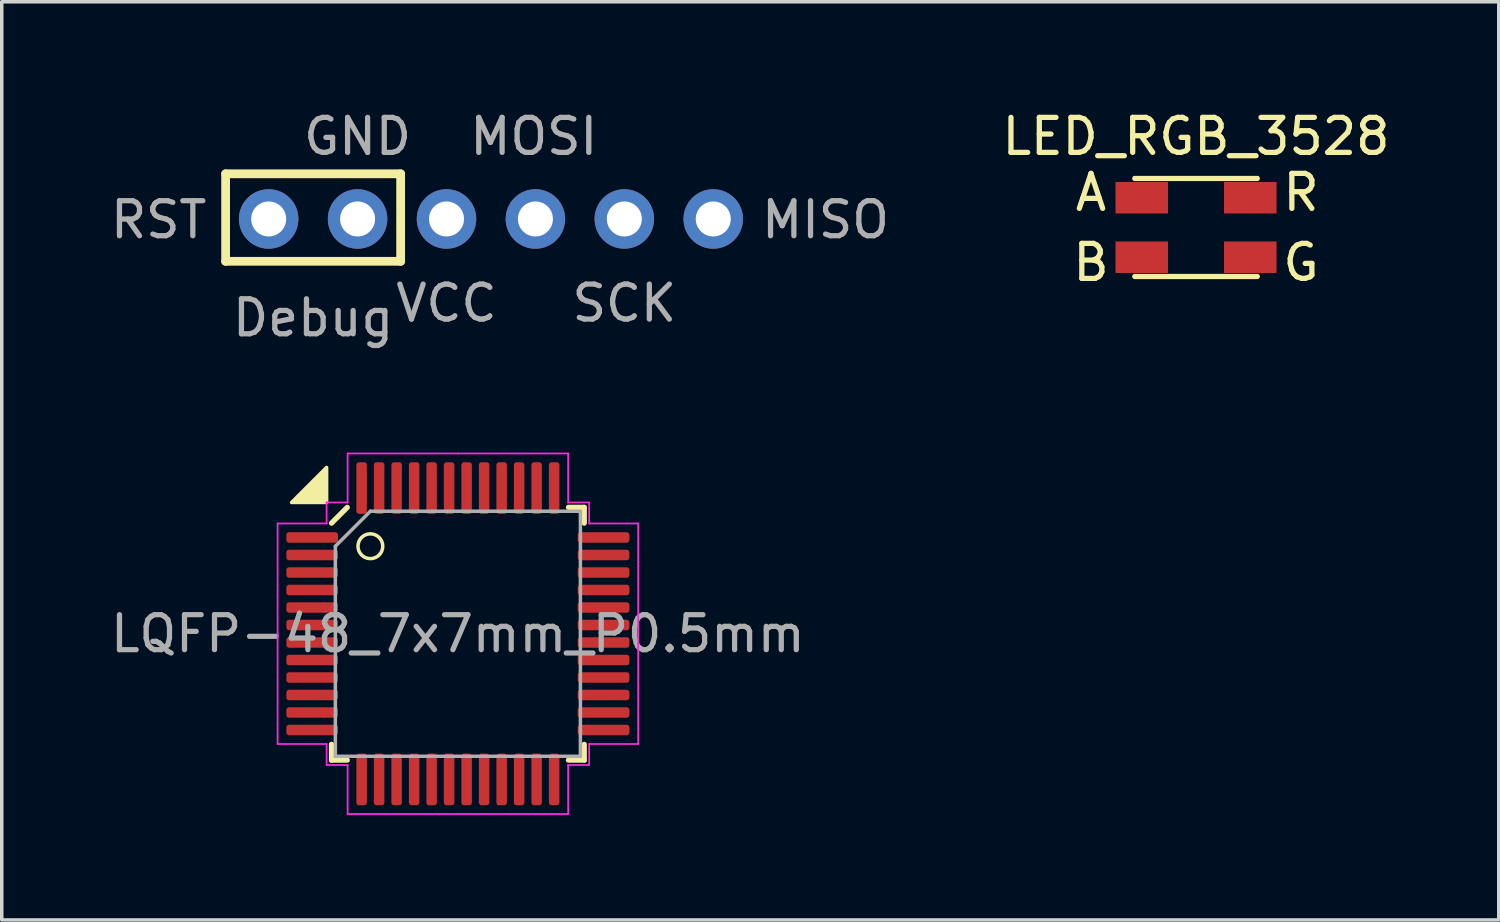
<source format=kicad_pcb>
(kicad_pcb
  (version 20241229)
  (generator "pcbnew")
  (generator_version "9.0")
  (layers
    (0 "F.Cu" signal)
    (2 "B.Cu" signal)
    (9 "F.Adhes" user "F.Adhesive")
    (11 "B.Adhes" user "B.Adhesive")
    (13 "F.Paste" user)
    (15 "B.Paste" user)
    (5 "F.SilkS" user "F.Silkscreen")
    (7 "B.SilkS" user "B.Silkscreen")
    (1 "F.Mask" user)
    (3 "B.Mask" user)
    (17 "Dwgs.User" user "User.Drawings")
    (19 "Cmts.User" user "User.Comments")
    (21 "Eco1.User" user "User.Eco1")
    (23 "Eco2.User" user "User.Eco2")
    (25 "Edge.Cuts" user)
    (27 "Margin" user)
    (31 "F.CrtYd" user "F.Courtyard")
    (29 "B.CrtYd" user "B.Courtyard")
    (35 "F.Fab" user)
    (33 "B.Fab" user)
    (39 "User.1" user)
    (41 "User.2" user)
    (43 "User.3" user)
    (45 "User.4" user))
  (footprint "Debug"
    (layer "F.Cu")
    (at 10.975 3.205)
    (property "Reference" "Debug" (at -5.08 2.825 0) (layer "F.Fab") (effects (font (size 1 1) (thickness 0.15))))
    (attr exclude_from_pos_files exclude_from_bom)
    (fp_line (start -7.58 -1.29) (end -2.58 -1.29) (stroke (width 0.25) (type solid)) (layer "F.SilkS"))
    (fp_line (start -7.58 1.21) (end -7.58 -1.29) (stroke (width 0.25) (type solid)) (layer "F.SilkS"))
    (fp_line (start -2.58 -1.29) (end -2.58 1.21) (stroke (width 0.25) (type solid)) (layer "F.SilkS"))
    (fp_line (start -2.58 1.21) (end -7.58 1.21) (stroke (width 0.25) (type solid)) (layer "F.SilkS"))
    (fp_text user "RST" (at -9.493 0.024 0) (layer "F.Fab") (effects (font (size 1 1) (thickness 0.15))))
    (fp_text user "MISO" (at 9.558 0.024 180) (layer "F.Fab") (effects (font (size 1 1) (thickness 0.15))))
    (fp_text user "GND" (at -3.81 -2.357 0) (layer "F.Fab") (effects (font (size 1 1) (thickness 0.15))))
    (fp_text user "MOSI" (at 1.223 -2.357 0) (layer "F.Fab") (effects (font (size 1 1) (thickness 0.15))))
    (fp_text user "SCK" (at 3.81 2.405 180) (layer "F.Fab") (effects (font (size 1 1) (thickness 0.15))))
    (fp_text user "VCC" (at -1.27 2.405 180) (layer "F.Fab") (effects (font (size 1 1) (thickness 0.15))))
    (pad "1" thru_hole circle (at 6.35 0 90) (size 1.7 1.7) (drill 1) (layers "*.Cu" "*.Mask"))
    (pad "2" thru_hole circle (at 3.81 0 270) (size 1.7 1.7) (drill 1) (layers "*.Cu" "*.Mask"))
    (pad "3" thru_hole circle (at 1.27 0 90) (size 1.7 1.7) (drill 1) (layers "*.Cu" "*.Mask"))
    (pad "4" thru_hole circle (at -1.27 0) (size 1.7 1.7) (drill 1) (layers "*.Cu" "*.Mask"))
    (pad "5" thru_hole circle (at -6.35 0) (size 1.7 1.7) (drill 1) (layers "*.Cu" "*.Mask"))
    (pad "6" thru_hole circle (at -3.81 0) (size 1.7 1.7) (drill 1) (layers "*.Cu" "*.Mask")))
  (footprint "LQFP-48_7x7mm_P0.5mm"
    (layer "F.Cu")
    (at 10.03 15.054)
    (property "Reference" "LQFP-48_7x7mm_P0.5mm" (at 0 0 0) (layer "F.Fab") (effects (font (size 1 1) (thickness 0.15))))
    (attr smd)
    (fp_line (start -3.61 -3.16) (end -3.16 -3.61) (stroke (width 0.15) (type solid)) (layer "F.SilkS"))
    (fp_line (start -3.61 3.61) (end -3.61 3.16) (stroke (width 0.15) (type solid)) (layer "F.SilkS"))
    (fp_line (start -3.16 3.61) (end -3.61 3.61) (stroke (width 0.15) (type solid)) (layer "F.SilkS"))
    (fp_line (start 3.16 -3.61) (end 3.61 -3.61) (stroke (width 0.15) (type solid)) (layer "F.SilkS"))
    (fp_line (start 3.16 3.61) (end 3.61 3.61) (stroke (width 0.15) (type solid)) (layer "F.SilkS"))
    (fp_line (start 3.61 -3.61) (end 3.61 -3.16) (stroke (width 0.15) (type solid)) (layer "F.SilkS"))
    (fp_line (start 3.61 3.61) (end 3.61 3.16) (stroke (width 0.15) (type solid)) (layer "F.SilkS"))
    (fp_circle (center -2.5 -2.5) (end -2.146 -2.5) (stroke (width 0.1) (type solid)) (fill no) (layer "F.SilkS"))
    (fp_poly (pts (xy -3.75 -3.75) (xy -3.75 -4.75) (xy -4.75 -3.75)) (stroke (width 0.1) (type solid)) (fill yes) (layer "F.SilkS"))
    (fp_line (start -5.15 -3.15) (end -5.15 0) (stroke (width 0.05) (type solid)) (layer "F.CrtYd"))
    (fp_line (start -5.15 3.15) (end -5.15 0) (stroke (width 0.05) (type solid)) (layer "F.CrtYd"))
    (fp_line (start -3.75 -3.75) (end -3.75 -3.15) (stroke (width 0.05) (type solid)) (layer "F.CrtYd"))
    (fp_line (start -3.75 -3.15) (end -5.15 -3.15) (stroke (width 0.05) (type solid)) (layer "F.CrtYd"))
    (fp_line (start -3.75 3.15) (end -5.15 3.15) (stroke (width 0.05) (type solid)) (layer "F.CrtYd"))
    (fp_line (start -3.75 3.75) (end -3.75 3.15) (stroke (width 0.05) (type solid)) (layer "F.CrtYd"))
    (fp_line (start -3.15 -5.15) (end -3.15 -3.75) (stroke (width 0.05) (type solid)) (layer "F.CrtYd"))
    (fp_line (start -3.15 -3.75) (end -3.75 -3.75) (stroke (width 0.05) (type solid)) (layer "F.CrtYd"))
    (fp_line (start -3.15 3.75) (end -3.75 3.75) (stroke (width 0.05) (type solid)) (layer "F.CrtYd"))
    (fp_line (start -3.15 5.15) (end -3.15 3.75) (stroke (width 0.05) (type solid)) (layer "F.CrtYd"))
    (fp_line (start 0 -5.15) (end -3.15 -5.15) (stroke (width 0.05) (type solid)) (layer "F.CrtYd"))
    (fp_line (start 0 -5.15) (end 3.15 -5.15) (stroke (width 0.05) (type solid)) (layer "F.CrtYd"))
    (fp_line (start 0 5.15) (end -3.15 5.15) (stroke (width 0.05) (type solid)) (layer "F.CrtYd"))
    (fp_line (start 0 5.15) (end 3.15 5.15) (stroke (width 0.05) (type solid)) (layer "F.CrtYd"))
    (fp_line (start 3.15 -5.15) (end 3.15 -3.75) (stroke (width 0.05) (type solid)) (layer "F.CrtYd"))
    (fp_line (start 3.15 -3.75) (end 3.75 -3.75) (stroke (width 0.05) (type solid)) (layer "F.CrtYd"))
    (fp_line (start 3.15 3.75) (end 3.75 3.75) (stroke (width 0.05) (type solid)) (layer "F.CrtYd"))
    (fp_line (start 3.15 5.15) (end 3.15 3.75) (stroke (width 0.05) (type solid)) (layer "F.CrtYd"))
    (fp_line (start 3.75 -3.75) (end 3.75 -3.15) (stroke (width 0.05) (type solid)) (layer "F.CrtYd"))
    (fp_line (start 3.75 -3.15) (end 5.15 -3.15) (stroke (width 0.05) (type solid)) (layer "F.CrtYd"))
    (fp_line (start 3.75 3.15) (end 5.15 3.15) (stroke (width 0.05) (type solid)) (layer "F.CrtYd"))
    (fp_line (start 3.75 3.75) (end 3.75 3.15) (stroke (width 0.05) (type solid)) (layer "F.CrtYd"))
    (fp_line (start 5.15 -3.15) (end 5.15 0) (stroke (width 0.05) (type solid)) (layer "F.CrtYd"))
    (fp_line (start 5.15 3.15) (end 5.15 0) (stroke (width 0.05) (type solid)) (layer "F.CrtYd"))
    (fp_line (start -3.5 -2.5) (end -2.5 -3.5) (stroke (width 0.1) (type solid)) (layer "F.Fab"))
    (fp_line (start -3.5 3.5) (end -3.5 -2.5) (stroke (width 0.1) (type solid)) (layer "F.Fab"))
    (fp_line (start -2.5 -3.5) (end 3.5 -3.5) (stroke (width 0.1) (type solid)) (layer "F.Fab"))
    (fp_line (start 3.5 -3.5) (end 3.5 3.5) (stroke (width 0.1) (type solid)) (layer "F.Fab"))
    (fp_line (start 3.5 3.5) (end -3.5 3.5) (stroke (width 0.1) (type solid)) (layer "F.Fab"))
    (pad "1" smd roundrect (at -4.162 -2.75) (size 1.475 0.3) (layers "F.Cu" "F.Mask" "F.Paste") (roundrect_rratio 0.25))
    (pad "2" smd roundrect (at -4.162 -2.25) (size 1.475 0.3) (layers "F.Cu" "F.Mask" "F.Paste") (roundrect_rratio 0.25))
    (pad "3" smd roundrect (at -4.162 -1.75) (size 1.475 0.3) (layers "F.Cu" "F.Mask" "F.Paste") (roundrect_rratio 0.25))
    (pad "4" smd roundrect (at -4.162 -1.25) (size 1.475 0.3) (layers "F.Cu" "F.Mask" "F.Paste") (roundrect_rratio 0.25))
    (pad "5" smd roundrect (at -4.162 -0.75) (size 1.475 0.3) (layers "F.Cu" "F.Mask" "F.Paste") (roundrect_rratio 0.25))
    (pad "6" smd roundrect (at -4.162 -0.25) (size 1.475 0.3) (layers "F.Cu" "F.Mask" "F.Paste") (roundrect_rratio 0.25))
    (pad "7" smd roundrect (at -4.162 0.25) (size 1.475 0.3) (layers "F.Cu" "F.Mask" "F.Paste") (roundrect_rratio 0.25))
    (pad "8" smd roundrect (at -4.162 0.75) (size 1.475 0.3) (layers "F.Cu" "F.Mask" "F.Paste") (roundrect_rratio 0.25))
    (pad "9" smd roundrect (at -4.162 1.25) (size 1.475 0.3) (layers "F.Cu" "F.Mask" "F.Paste") (roundrect_rratio 0.25))
    (pad "10" smd roundrect (at -4.162 1.75) (size 1.475 0.3) (layers "F.Cu" "F.Mask" "F.Paste") (roundrect_rratio 0.25))
    (pad "11" smd roundrect (at -4.162 2.25) (size 1.475 0.3) (layers "F.Cu" "F.Mask" "F.Paste") (roundrect_rratio 0.25))
    (pad "12" smd roundrect (at -4.162 2.75) (size 1.475 0.3) (layers "F.Cu" "F.Mask" "F.Paste") (roundrect_rratio 0.25))
    (pad "13" smd roundrect (at -2.75 4.162) (size 0.3 1.475) (layers "F.Cu" "F.Mask" "F.Paste") (roundrect_rratio 0.25))
    (pad "14" smd roundrect (at -2.25 4.162) (size 0.3 1.475) (layers "F.Cu" "F.Mask" "F.Paste") (roundrect_rratio 0.25))
    (pad "15" smd roundrect (at -1.75 4.162) (size 0.3 1.475) (layers "F.Cu" "F.Mask" "F.Paste") (roundrect_rratio 0.25))
    (pad "16" smd roundrect (at -1.25 4.162) (size 0.3 1.475) (layers "F.Cu" "F.Mask" "F.Paste") (roundrect_rratio 0.25))
    (pad "17" smd roundrect (at -0.75 4.162) (size 0.3 1.475) (layers "F.Cu" "F.Mask" "F.Paste") (roundrect_rratio 0.25))
    (pad "18" smd roundrect (at -0.25 4.162) (size 0.3 1.475) (layers "F.Cu" "F.Mask" "F.Paste") (roundrect_rratio 0.25))
    (pad "19" smd roundrect (at 0.25 4.162) (size 0.3 1.475) (layers "F.Cu" "F.Mask" "F.Paste") (roundrect_rratio 0.25))
    (pad "20" smd roundrect (at 0.75 4.162) (size 0.3 1.475) (layers "F.Cu" "F.Mask" "F.Paste") (roundrect_rratio 0.25))
    (pad "21" smd roundrect (at 1.25 4.162) (size 0.3 1.475) (layers "F.Cu" "F.Mask" "F.Paste") (roundrect_rratio 0.25))
    (pad "22" smd roundrect (at 1.75 4.162) (size 0.3 1.475) (layers "F.Cu" "F.Mask" "F.Paste") (roundrect_rratio 0.25))
    (pad "23" smd roundrect (at 2.25 4.162) (size 0.3 1.475) (layers "F.Cu" "F.Mask" "F.Paste") (roundrect_rratio 0.25))
    (pad "24" smd roundrect (at 2.75 4.162) (size 0.3 1.475) (layers "F.Cu" "F.Mask" "F.Paste") (roundrect_rratio 0.25))
    (pad "25" smd roundrect (at 4.162 2.75) (size 1.475 0.3) (layers "F.Cu" "F.Mask" "F.Paste") (roundrect_rratio 0.25))
    (pad "26" smd roundrect (at 4.162 2.25) (size 1.475 0.3) (layers "F.Cu" "F.Mask" "F.Paste") (roundrect_rratio 0.25))
    (pad "27" smd roundrect (at 4.162 1.75) (size 1.475 0.3) (layers "F.Cu" "F.Mask" "F.Paste") (roundrect_rratio 0.25))
    (pad "28" smd roundrect (at 4.162 1.25) (size 1.475 0.3) (layers "F.Cu" "F.Mask" "F.Paste") (roundrect_rratio 0.25))
    (pad "29" smd roundrect (at 4.162 0.75) (size 1.475 0.3) (layers "F.Cu" "F.Mask" "F.Paste") (roundrect_rratio 0.25))
    (pad "30" smd roundrect (at 4.162 0.25) (size 1.475 0.3) (layers "F.Cu" "F.Mask" "F.Paste") (roundrect_rratio 0.25))
    (pad "31" smd roundrect (at 4.162 -0.25) (size 1.475 0.3) (layers "F.Cu" "F.Mask" "F.Paste") (roundrect_rratio 0.25))
    (pad "32" smd roundrect (at 4.162 -0.75) (size 1.475 0.3) (layers "F.Cu" "F.Mask" "F.Paste") (roundrect_rratio 0.25))
    (pad "33" smd roundrect (at 4.162 -1.25) (size 1.475 0.3) (layers "F.Cu" "F.Mask" "F.Paste") (roundrect_rratio 0.25))
    (pad "34" smd roundrect (at 4.162 -1.75) (size 1.475 0.3) (layers "F.Cu" "F.Mask" "F.Paste") (roundrect_rratio 0.25))
    (pad "35" smd roundrect (at 4.162 -2.25) (size 1.475 0.3) (layers "F.Cu" "F.Mask" "F.Paste") (roundrect_rratio 0.25))
    (pad "36" smd roundrect (at 4.162 -2.75) (size 1.475 0.3) (layers "F.Cu" "F.Mask" "F.Paste") (roundrect_rratio 0.25))
    (pad "37" smd roundrect (at 2.75 -4.162) (size 0.3 1.475) (layers "F.Cu" "F.Mask" "F.Paste") (roundrect_rratio 0.25))
    (pad "38" smd roundrect (at 2.25 -4.162) (size 0.3 1.475) (layers "F.Cu" "F.Mask" "F.Paste") (roundrect_rratio 0.25))
    (pad "39" smd roundrect (at 1.75 -4.162) (size 0.3 1.475) (layers "F.Cu" "F.Mask" "F.Paste") (roundrect_rratio 0.25))
    (pad "40" smd roundrect (at 1.25 -4.162) (size 0.3 1.475) (layers "F.Cu" "F.Mask" "F.Paste") (roundrect_rratio 0.25))
    (pad "41" smd roundrect (at 0.75 -4.162) (size 0.3 1.475) (layers "F.Cu" "F.Mask" "F.Paste") (roundrect_rratio 0.25))
    (pad "42" smd roundrect (at 0.25 -4.162) (size 0.3 1.475) (layers "F.Cu" "F.Mask" "F.Paste") (roundrect_rratio 0.25))
    (pad "43" smd roundrect (at -0.25 -4.162) (size 0.3 1.475) (layers "F.Cu" "F.Mask" "F.Paste") (roundrect_rratio 0.25))
    (pad "44" smd roundrect (at -0.75 -4.162) (size 0.3 1.475) (layers "F.Cu" "F.Mask" "F.Paste") (roundrect_rratio 0.25))
    (pad "45" smd roundrect (at -1.25 -4.162) (size 0.3 1.475) (layers "F.Cu" "F.Mask" "F.Paste") (roundrect_rratio 0.25))
    (pad "46" smd roundrect (at -1.75 -4.162) (size 0.3 1.475) (layers "F.Cu" "F.Mask" "F.Paste") (roundrect_rratio 0.25))
    (pad "47" smd roundrect (at -2.25 -4.162) (size 0.3 1.475) (layers "F.Cu" "F.Mask" "F.Paste") (roundrect_rratio 0.25))
    (pad "48" smd roundrect (at -2.75 -4.162) (size 0.3 1.475) (layers "F.Cu" "F.Mask" "F.Paste") (roundrect_rratio 0.25)))
  (footprint "LED_RGB_3528"
    (layer "F.Cu")
    (at 31.116 3.448)
    (property "Reference" "LED_RGB_3528" (at 0 -2.6 0) (layer "F.SilkS") (effects (font (size 1 1) (thickness 0.15))))
    (attr smd)
    (fp_line (start -1.75 -1.4) (end 1.75 -1.4) (stroke (width 0.15) (type solid)) (layer "F.SilkS"))
    (fp_line (start 1.75 1.4) (end -1.75 1.4) (stroke (width 0.15) (type solid)) (layer "F.SilkS"))
    (fp_text user "B" (at -3 1 0) (layer "F.SilkS") (effects (font (size 1 1) (thickness 0.15))))
    (fp_text user "A" (at -3 -1 0) (layer "F.SilkS") (effects (font (size 1 1) (thickness 0.15))))
    (fp_text user "R" (at 3 -1 0) (layer "F.SilkS") (effects (font (size 1 1) (thickness 0.15))))
    (fp_text user "G" (at 3 1 0) (layer "F.SilkS") (effects (font (size 1 1) (thickness 0.15))))
    (pad "1" smd rect (at -1.55 -0.85) (size 1.5 0.9) (layers "F.Cu" "F.Mask" "F.Paste"))
    (pad "2" smd rect (at 1.55 -0.85) (size 1.5 0.9) (layers "F.Cu" "F.Mask" "F.Paste"))
    (pad "3" smd rect (at 1.55 0.85) (size 1.5 0.9) (layers "F.Cu" "F.Mask" "F.Paste"))
    (pad "4" smd rect (at -1.55 0.85) (size 1.5 0.9) (layers "F.Cu" "F.Mask" "F.Paste")))
  (gr_rect
    (start -3 -3)
    (end 39.764 23.229)
    (stroke (width 0.1) (type default))
    (fill no)
    (layer "Edge.Cuts")))
</source>
